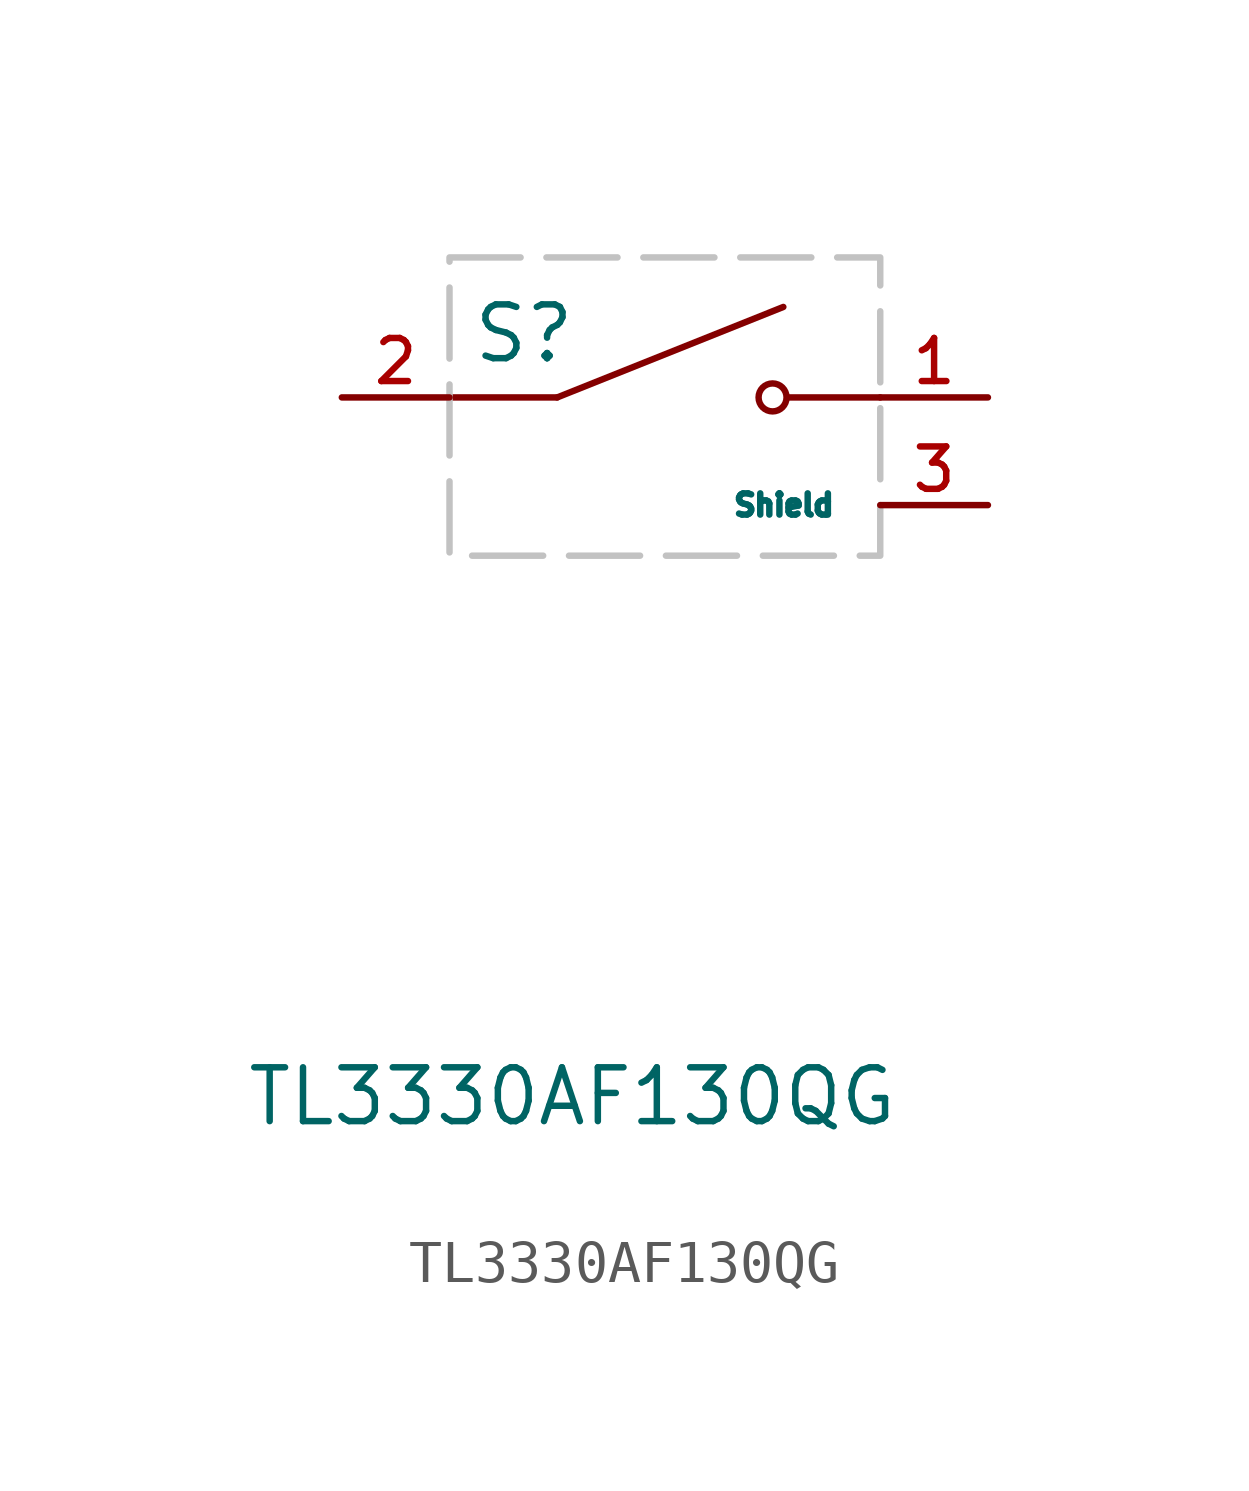
<source format=kicad_sym>
(kicad_symbol_lib
  (version 20220914)
  (generator kicad_symbol_editor)
  (symbol "TL3330AF130QG"
    (pin_names
      (offset 1.016))
    (property "Reference" "S"
      (at -4.572 0.762 0)
      (effects (font (size 1.27 1.27)) (justify left bottom)))
    (property "Value" "TL3330AF130QG"
      (at -9.906 -15.748 0)
      (effects (font (size 1.27 1.27)) (justify left top)))
    (symbol "TL3330AF130QG_0_0"
      (polyline (pts (xy -2.54 0) (xy -5.08 0)) (stroke (width 0.152) (type default)) (fill (type none)))
      (polyline (pts (xy -2.54 0) (xy 2.794 2.134)) (stroke (width 0.152) (type default)) (fill (type none)))
      (polyline (pts (xy 5.08 0) (xy 2.921 0)) (stroke (width 0.152) (type default)) (fill (type none)))
      (circle (center 2.54 0) (radius 0.33) (stroke (width 0.152) (type default)) (fill (type none)))
      (pin passive line (at 7.62 0 180) (length 2.54) (name "~" (effects (font (size 1.016 1.016)))) (number "1" (effects (font (size 1.016 1.016)))))
      (pin passive line (at -7.62 0 0) (length 2.54) (name "~" (effects (font (size 1.016 1.016)))) (number "2" (effects (font (size 1.016 1.016))))))
    (symbol "TL3330AF130QG_1_1"
      (rectangle (start -5.08 3.302) (end 5.08 -3.733) (stroke (width 0) (type dash) (color 194 194 194 1)) (fill (type none)))
      (pin passive line (at 7.62 -2.54 180) (length 2.54) (name "Shield" (effects (font (size 0.5 0.5)))) (number "3" (effects (font (size 1 1))))))))
</source>
